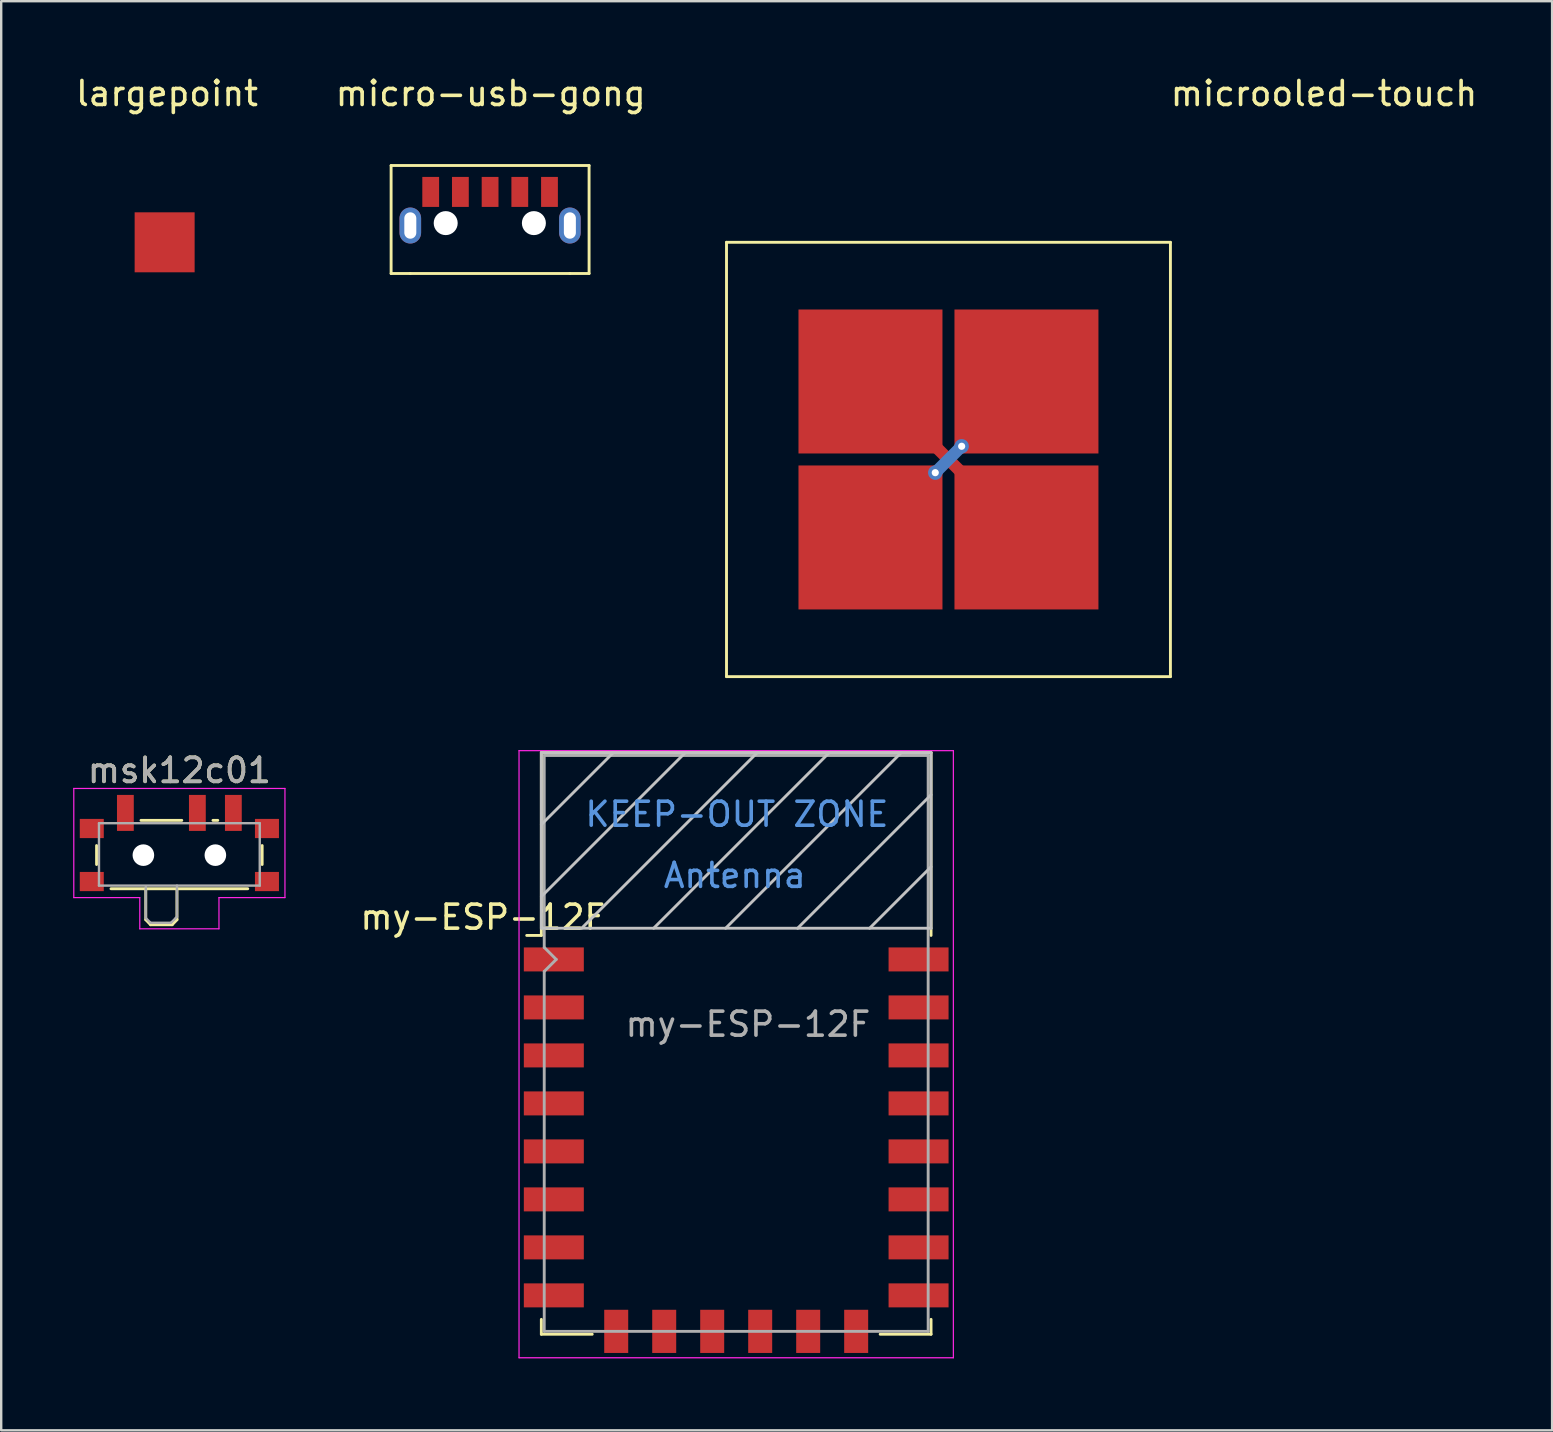
<source format=kicad_pcb>
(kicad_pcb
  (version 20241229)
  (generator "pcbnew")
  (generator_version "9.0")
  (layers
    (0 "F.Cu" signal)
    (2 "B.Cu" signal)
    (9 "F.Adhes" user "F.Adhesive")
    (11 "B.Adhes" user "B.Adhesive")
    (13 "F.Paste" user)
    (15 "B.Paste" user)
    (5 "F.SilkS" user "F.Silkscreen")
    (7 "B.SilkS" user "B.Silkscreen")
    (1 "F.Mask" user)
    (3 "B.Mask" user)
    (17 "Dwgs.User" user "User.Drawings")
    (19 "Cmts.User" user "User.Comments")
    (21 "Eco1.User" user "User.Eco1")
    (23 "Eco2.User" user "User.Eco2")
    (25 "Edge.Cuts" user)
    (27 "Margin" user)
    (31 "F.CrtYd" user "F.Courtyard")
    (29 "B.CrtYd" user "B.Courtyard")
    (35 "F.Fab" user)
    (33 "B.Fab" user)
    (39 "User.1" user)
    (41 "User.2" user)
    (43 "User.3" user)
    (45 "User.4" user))
  (footprint "largepoint"
    (layer "F.Cu")
    (at 3.811 7.048)
    (property "Reference" "largepoint" (at 0.1 -6.2 0) (layer "F.SilkS") (effects (font (size 1 1) (thickness 0.15))))
    (attr through_hole)
    (pad "1" smd rect (at 0 0) (size 2.5 2.5) (layers "F.Cu" "F.Mask" "F.Paste")))
  (footprint "microoled-touch"
    (layer "F.Cu")
    (at 27.226 7.048)
    (property "Reference" "microoled-touch" (at 24.9 -6.2 0) (layer "F.SilkS") (effects (font (size 1 1) (thickness 0.15))))
    (attr through_hole)
    (fp_line (start 0 0) (end 18.5 0) (stroke (width 0.12) (type solid)) (layer "F.SilkS"))
    (fp_line (start 0 18.1) (end 0 0) (stroke (width 0.12) (type solid)) (layer "F.SilkS"))
    (fp_line (start 18.5 0) (end 18.5 18.1) (stroke (width 0.12) (type solid)) (layer "F.SilkS"))
    (fp_line (start 18.5 18.1) (end 0 18.1) (stroke (width 0.12) (type solid)) (layer "F.SilkS"))
    (pad "1" connect rect (at 6 5.8) (size 6 6) (layers "F.Cu" "F.Mask"))
    (pad "2" connect rect (at 6 12.3) (size 6 6) (layers "F.Cu" "F.Mask"))
    (pad "3" connect rect (at 12.5 5.8) (size 6 6) (layers "F.Cu" "F.Mask"))
    (pad "4" connect rect (at 12.5 12.3) (size 6 6) (layers "F.Cu" "F.Mask"))
    (pad "5" thru_hole circle (at 9.8 8.5) (size 0.6 0.6) (drill 0.3) (layers "*.Cu" "*.Mask"))
    (pad "6" thru_hole circle (at 8.7 9.6) (size 0.6 0.6) (drill 0.3) (layers "*.Cu" "*.Mask"))
    (pad "7" connect rect (at 9.2 9.1 45) (size 1.6 0.5) (layers "B.Cu" "B.Mask"))
    (pad "8" connect rect (at 9.2 9 315) (size 2 0.5) (layers "F.Cu" "F.Mask")))
  (footprint "micro-usb-gong"
    (layer "F.Cu")
    (at 17.249 6.848)
    (property "Reference" "micro-usb-gong" (at 0.15 -6 0) (layer "F.SilkS") (effects (font (size 1 1) (thickness 0.15))))
    (attr through_hole)
    (fp_line (start -4 1.5) (end -4 -3) (stroke (width 0.12) (type solid)) (layer "F.SilkS"))
    (fp_line (start -3.2 1.5) (end -4 1.5) (stroke (width 0.12) (type solid)) (layer "F.SilkS"))
    (fp_line (start 3.45 1.5) (end -3.2 1.5) (stroke (width 0.12) (type solid)) (layer "F.SilkS"))
    (fp_line (start 3.45 1.5) (end 4.25 1.5) (stroke (width 0.12) (type solid)) (layer "F.SilkS"))
    (fp_line (start 4.25 -3) (end -4 -3) (stroke (width 0.12) (type solid)) (layer "F.SilkS"))
    (fp_line (start 4.25 1.5) (end 4.25 -3) (stroke (width 0.12) (type solid)) (layer "F.SilkS"))
    (pad "" thru_hole oval (at -3.2 -0.5 270) (size 1.5 0.9) (drill oval 1.1 0.5) (layers "*.Cu" "*.Mask"))
    (pad "" np_thru_hole circle (at -1.725 -0.6 270) (size 1 1) (drill 1) (layers "*.Cu" "*.Mask"))
    (pad "" np_thru_hole circle (at 1.95 -0.6 270) (size 1 1) (drill 1) (layers "*.Cu" "*.Mask"))
    (pad "" thru_hole oval (at 3.45 -0.5 270) (size 1.5 0.9) (drill oval 1.1 0.5) (layers "*.Cu" "*.Mask"))
    (pad "1" smd rect (at 2.6 -1.9 270) (size 1.25 0.7) (layers "F.Cu" "F.Mask" "F.Paste"))
    (pad "2" smd rect (at 1.363 -1.9 270) (size 1.25 0.7) (layers "F.Cu" "F.Mask" "F.Paste"))
    (pad "3" smd rect (at 0.125 -1.9 270) (size 1.25 0.7) (layers "F.Cu" "F.Mask" "F.Paste"))
    (pad "4" smd rect (at -1.113 -1.9 270) (size 1.25 0.7) (layers "F.Cu" "F.Mask" "F.Paste"))
    (pad "5" smd rect (at -2.35 -1.9 270) (size 1.25 0.7) (layers "F.Cu" "F.Mask" "F.Paste")))
  (footprint "msk12c01"
    (layer "F.Cu")
    (at 4.425 32.257)
    (property "Reference" "msk12c01" (at 0 -3.2 0) (layer "F.SilkS") (effects (font (size 1 1) (thickness 0.15))))
    (attr smd)
    (fp_line (start -3.45 -0.07) (end -3.45 0.72) (stroke (width 0.12) (type solid)) (layer "F.SilkS"))
    (fp_line (start -2.85 1.73) (end 2.85 1.73) (stroke (width 0.12) (type solid)) (layer "F.SilkS"))
    (fp_line (start -1.6 -1.12) (end 0.1 -1.12) (stroke (width 0.12) (type solid)) (layer "F.SilkS"))
    (fp_line (start -1.4 1.73) (end -1.4 3.02) (stroke (width 0.12) (type solid)) (layer "F.SilkS"))
    (fp_line (start -1.4 3.02) (end -1.2 3.23) (stroke (width 0.12) (type solid)) (layer "F.SilkS"))
    (fp_line (start -1.2 3.23) (end -0.3 3.23) (stroke (width 0.12) (type solid)) (layer "F.SilkS"))
    (fp_line (start -0.1 3.02) (end -0.3 3.23) (stroke (width 0.12) (type solid)) (layer "F.SilkS"))
    (fp_line (start -0.1 3.02) (end -0.1 1.73) (stroke (width 0.12) (type solid)) (layer "F.SilkS"))
    (fp_line (start 1.4 -1.12) (end 1.6 -1.12) (stroke (width 0.12) (type solid)) (layer "F.SilkS"))
    (fp_line (start 3.45 0.72) (end 3.45 -0.07) (stroke (width 0.12) (type solid)) (layer "F.SilkS"))
    (fp_line (start -4.4 -2.45) (end 4.4 -2.45) (stroke (width 0.05) (type solid)) (layer "F.CrtYd"))
    (fp_line (start -4.4 2.1) (end -4.4 -2.45) (stroke (width 0.05) (type solid)) (layer "F.CrtYd"))
    (fp_line (start -1.65 2.1) (end -4.4 2.1) (stroke (width 0.05) (type solid)) (layer "F.CrtYd"))
    (fp_line (start -1.65 3.4) (end -1.65 2.1) (stroke (width 0.05) (type solid)) (layer "F.CrtYd"))
    (fp_line (start 1.65 2.1) (end 1.65 3.4) (stroke (width 0.05) (type solid)) (layer "F.CrtYd"))
    (fp_line (start 1.65 3.4) (end -1.65 3.4) (stroke (width 0.05) (type solid)) (layer "F.CrtYd"))
    (fp_line (start 4.4 -2.45) (end 4.4 2.1) (stroke (width 0.05) (type solid)) (layer "F.CrtYd"))
    (fp_line (start 4.4 2.1) (end 1.65 2.1) (stroke (width 0.05) (type solid)) (layer "F.CrtYd"))
    (fp_line (start -3.35 -1) (end -3.35 1.6) (stroke (width 0.1) (type solid)) (layer "F.Fab"))
    (fp_line (start -3.35 1.6) (end 3.35 1.6) (stroke (width 0.1) (type solid)) (layer "F.Fab"))
    (fp_line (start -1.4 1.65) (end -1.4 2.95) (stroke (width 0.1) (type solid)) (layer "F.Fab"))
    (fp_line (start -1.4 2.95) (end -1.2 3.15) (stroke (width 0.1) (type solid)) (layer "F.Fab"))
    (fp_line (start -1.2 3.15) (end -0.35 3.15) (stroke (width 0.1) (type solid)) (layer "F.Fab"))
    (fp_line (start -0.35 3.15) (end -0.15 2.95) (stroke (width 0.1) (type solid)) (layer "F.Fab"))
    (fp_line (start -0.15 2.95) (end -0.1 2.9) (stroke (width 0.1) (type solid)) (layer "F.Fab"))
    (fp_line (start -0.1 2.9) (end -0.1 1.6) (stroke (width 0.1) (type solid)) (layer "F.Fab"))
    (fp_line (start 3.35 -1) (end -3.35 -1) (stroke (width 0.1) (type solid)) (layer "F.Fab"))
    (fp_line (start 3.35 1.6) (end 3.35 -1) (stroke (width 0.1) (type solid)) (layer "F.Fab"))
    (fp_text user "${REFERENCE}" (at 0 -3.2 0) (layer "F.Fab") (effects (font (size 1 1) (thickness 0.15))))
    (pad "" smd rect (at -3.65 -0.78) (size 1 0.8) (layers "F.Cu" "F.Mask" "F.Paste"))
    (pad "" smd rect (at -3.65 1.43) (size 1 0.8) (layers "F.Cu" "F.Mask" "F.Paste"))
    (pad "" np_thru_hole circle (at -1.5 0.33) (size 0.9 0.9) (drill 0.9) (layers "*.Cu" "*.Mask"))
    (pad "" np_thru_hole circle (at 1.5 0.33) (size 0.9 0.9) (drill 0.9) (layers "*.Cu" "*.Mask"))
    (pad "" smd rect (at 3.65 -0.78) (size 1 0.8) (layers "F.Cu" "F.Mask" "F.Paste"))
    (pad "" smd rect (at 3.65 1.43) (size 1 0.8) (layers "F.Cu" "F.Mask" "F.Paste"))
    (pad "1" smd rect (at -2.25 -1.43) (size 0.7 1.5) (layers "F.Cu" "F.Mask" "F.Paste"))
    (pad "2" smd rect (at 0.75 -1.43) (size 0.7 1.5) (layers "F.Cu" "F.Mask" "F.Paste"))
    (pad "3" smd rect (at 2.25 -1.43) (size 0.7 1.5) (layers "F.Cu" "F.Mask" "F.Paste")))
  (footprint "my-ESP-12F"
    (layer "F.Cu")
    (at 27.63 40.433)
    (property "Reference" "my-ESP-12F" (at -10.56 -5.26 0) (layer "F.SilkS") (effects (font (size 1 1) (thickness 0.15))))
    (attr smd)
    (fp_line (start -8.12 -12.12) (end 8.12 -12.12) (stroke (width 0.12) (type solid)) (layer "F.SilkS"))
    (fp_line (start -8.12 -4.5) (end -8.73 -4.5) (stroke (width 0.12) (type solid)) (layer "F.SilkS"))
    (fp_line (start -8.12 -4.5) (end -8.12 -12.12) (stroke (width 0.12) (type solid)) (layer "F.SilkS"))
    (fp_line (start -8.12 12.12) (end -8.12 11.5) (stroke (width 0.12) (type solid)) (layer "F.SilkS"))
    (fp_line (start -6 12.12) (end -8.12 12.12) (stroke (width 0.12) (type solid)) (layer "F.SilkS"))
    (fp_line (start 8.12 -12.12) (end 8.12 -4.5) (stroke (width 0.12) (type solid)) (layer "F.SilkS"))
    (fp_line (start 8.12 11.5) (end 8.12 12.12) (stroke (width 0.12) (type solid)) (layer "F.SilkS"))
    (fp_line (start 8.12 12.12) (end 6 12.12) (stroke (width 0.12) (type solid)) (layer "F.SilkS"))
    (fp_line (start -8.12 -12.12) (end 8.12 -12.12) (stroke (width 0.12) (type solid)) (layer "Dwgs.User"))
    (fp_line (start -8.12 -9.12) (end -5.12 -12.12) (stroke (width 0.12) (type solid)) (layer "Dwgs.User"))
    (fp_line (start -8.12 -6.12) (end -2.12 -12.12) (stroke (width 0.12) (type solid)) (layer "Dwgs.User"))
    (fp_line (start -8.12 -4.8) (end -8.12 -12.12) (stroke (width 0.12) (type solid)) (layer "Dwgs.User"))
    (fp_line (start -6.44 -4.8) (end 0.88 -12.12) (stroke (width 0.12) (type solid)) (layer "Dwgs.User"))
    (fp_line (start -3.44 -4.8) (end 3.88 -12.12) (stroke (width 0.12) (type solid)) (layer "Dwgs.User"))
    (fp_line (start -0.44 -4.8) (end 6.88 -12.12) (stroke (width 0.12) (type solid)) (layer "Dwgs.User"))
    (fp_line (start 2.56 -4.8) (end 8.12 -10.36) (stroke (width 0.12) (type solid)) (layer "Dwgs.User"))
    (fp_line (start 5.56 -4.8) (end 8.12 -7.36) (stroke (width 0.12) (type solid)) (layer "Dwgs.User"))
    (fp_line (start 8.12 -12.12) (end 8.12 -4.8) (stroke (width 0.12) (type solid)) (layer "Dwgs.User"))
    (fp_line (start 8.12 -4.8) (end -8.12 -4.8) (stroke (width 0.12) (type solid)) (layer "Dwgs.User"))
    (fp_line (start -9.05 -12.2) (end 9.05 -12.2) (stroke (width 0.05) (type solid)) (layer "F.CrtYd"))
    (fp_line (start -9.05 13.1) (end -9.05 -12.2) (stroke (width 0.05) (type solid)) (layer "F.CrtYd"))
    (fp_line (start 9.05 -12.2) (end 9.05 13.1) (stroke (width 0.05) (type solid)) (layer "F.CrtYd"))
    (fp_line (start 9.05 13.1) (end -9.05 13.1) (stroke (width 0.05) (type solid)) (layer "F.CrtYd"))
    (fp_line (start -8 -12) (end 8 -12) (stroke (width 0.12) (type solid)) (layer "F.Fab"))
    (fp_line (start -8 -4) (end -8 -12) (stroke (width 0.12) (type solid)) (layer "F.Fab"))
    (fp_line (start -8 -3) (end -7.5 -3.5) (stroke (width 0.12) (type solid)) (layer "F.Fab"))
    (fp_line (start -8 12) (end -8 -3) (stroke (width 0.12) (type solid)) (layer "F.Fab"))
    (fp_line (start -7.5 -3.5) (end -8 -4) (stroke (width 0.12) (type solid)) (layer "F.Fab"))
    (fp_line (start 8 -12) (end 8 12) (stroke (width 0.12) (type solid)) (layer "F.Fab"))
    (fp_line (start 8 12) (end -8 12) (stroke (width 0.12) (type solid)) (layer "F.Fab"))
    (fp_text user "KEEP-OUT ZONE" (at 0.03 -9.55 180) (layer "Cmts.User") (effects (font (size 1 1) (thickness 0.15))))
    (fp_text user "Antenna" (at -0.06 -7 180) (layer "Cmts.User") (effects (font (size 1 1) (thickness 0.15))))
    (fp_text user "${REFERENCE}" (at 0.49 -0.8 0) (layer "F.Fab") (effects (font (size 1 1) (thickness 0.15))))
    (pad "1" smd rect (at -7.6 -3.5) (size 2.5 1) (layers "F.Cu" "F.Mask" "F.Paste"))
    (pad "2" smd rect (at -7.6 -1.5) (size 2.5 1) (layers "F.Cu" "F.Mask" "F.Paste"))
    (pad "3" smd rect (at -7.6 0.5) (size 2.5 1) (layers "F.Cu" "F.Mask" "F.Paste"))
    (pad "4" smd rect (at -7.6 2.5) (size 2.5 1) (layers "F.Cu" "F.Mask" "F.Paste"))
    (pad "5" smd rect (at -7.6 4.5) (size 2.5 1) (layers "F.Cu" "F.Mask" "F.Paste"))
    (pad "6" smd rect (at -7.6 6.5) (size 2.5 1) (layers "F.Cu" "F.Mask" "F.Paste"))
    (pad "7" smd rect (at -7.6 8.5) (size 2.5 1) (layers "F.Cu" "F.Mask" "F.Paste"))
    (pad "8" smd rect (at -7.6 10.5) (size 2.5 1) (layers "F.Cu" "F.Mask" "F.Paste"))
    (pad "9" smd rect (at 7.6 10.5) (size 2.5 1) (layers "F.Cu" "F.Mask" "F.Paste"))
    (pad "10" smd rect (at 7.6 8.5) (size 2.5 1) (layers "F.Cu" "F.Mask" "F.Paste"))
    (pad "11" smd rect (at 7.6 6.5) (size 2.5 1) (layers "F.Cu" "F.Mask" "F.Paste"))
    (pad "12" smd rect (at 7.6 4.5) (size 2.5 1) (layers "F.Cu" "F.Mask" "F.Paste"))
    (pad "13" smd rect (at 7.6 2.5) (size 2.5 1) (layers "F.Cu" "F.Mask" "F.Paste"))
    (pad "14" smd rect (at 7.6 0.5) (size 2.5 1) (layers "F.Cu" "F.Mask" "F.Paste"))
    (pad "15" smd rect (at 7.6 -1.5) (size 2.5 1) (layers "F.Cu" "F.Mask" "F.Paste"))
    (pad "16" smd rect (at 7.6 -3.5) (size 2.5 1) (layers "F.Cu" "F.Mask" "F.Paste"))
    (pad "17" smd rect (at -5 12) (size 1 1.8) (layers "F.Cu" "F.Mask" "F.Paste"))
    (pad "18" smd rect (at -3 12) (size 1 1.8) (layers "F.Cu" "F.Mask" "F.Paste"))
    (pad "19" smd rect (at -1 12) (size 1 1.8) (layers "F.Cu" "F.Mask" "F.Paste"))
    (pad "20" smd rect (at 1 12) (size 1 1.8) (layers "F.Cu" "F.Mask" "F.Paste"))
    (pad "21" smd rect (at 3 12) (size 1 1.8) (layers "F.Cu" "F.Mask" "F.Paste"))
    (pad "22" smd rect (at 5 12) (size 1 1.8) (layers "F.Cu" "F.Mask" "F.Paste")))
  (gr_rect
    (start -3 -3)
    (end 61.632 56.558)
    (stroke (width 0.1) (type default))
    (fill no)
    (layer "Edge.Cuts")))
</source>
